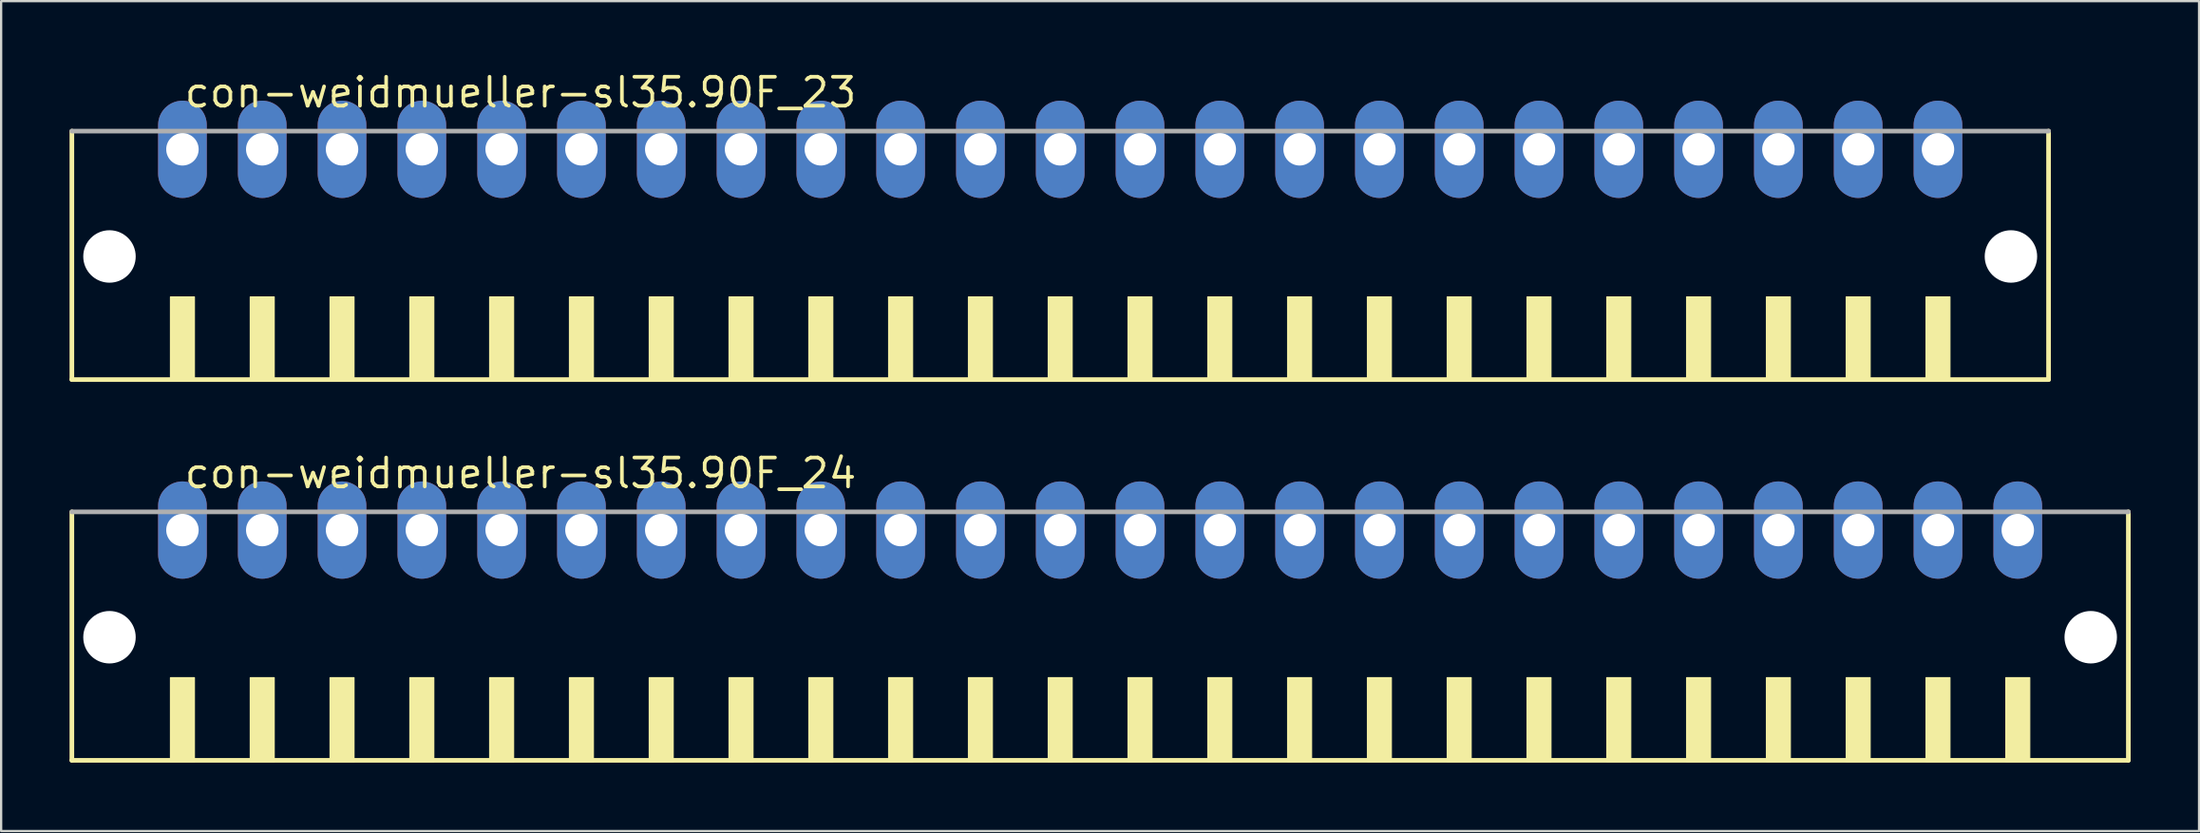
<source format=kicad_pcb>
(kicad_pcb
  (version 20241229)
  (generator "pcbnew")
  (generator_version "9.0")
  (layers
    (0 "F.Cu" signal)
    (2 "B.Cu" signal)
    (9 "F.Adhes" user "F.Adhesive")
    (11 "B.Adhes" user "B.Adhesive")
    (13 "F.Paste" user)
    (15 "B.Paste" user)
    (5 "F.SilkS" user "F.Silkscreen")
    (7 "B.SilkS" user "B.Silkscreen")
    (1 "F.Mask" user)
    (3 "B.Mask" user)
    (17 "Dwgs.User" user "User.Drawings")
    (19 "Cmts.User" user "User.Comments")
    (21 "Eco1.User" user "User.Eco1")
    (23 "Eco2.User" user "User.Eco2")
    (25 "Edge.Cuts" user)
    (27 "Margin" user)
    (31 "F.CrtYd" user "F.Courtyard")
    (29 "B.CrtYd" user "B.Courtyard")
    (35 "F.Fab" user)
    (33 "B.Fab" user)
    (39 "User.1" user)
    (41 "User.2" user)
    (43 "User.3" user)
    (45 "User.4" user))
  (footprint "con-weidmueller-sl35.90F_23"
    (layer "F.Cu")
    (at 43.452 8.75)
    (property "Reference" "con-weidmueller-sl35.90F_23" (at -38.5 -7 0) (layer "F.SilkS") (effects (font (size 1.27 1.27) (thickness 0.16)) (justify left bottom)))
    (attr through_hole)
    (fp_line (start -43.35 -6.05) (end -43.35 4.85) (stroke (width 0.203) (type default)) (layer "F.SilkS"))
    (fp_line (start -43.35 4.85) (end 43.35 4.85) (stroke (width 0.203) (type default)) (layer "F.SilkS"))
    (fp_line (start 43.35 4.85) (end 43.35 -6.05) (stroke (width 0.203) (type default)) (layer "F.SilkS"))
    (fp_rect (start -39.025 4.9) (end -37.975 1.225) (stroke (width 0.05) (type default)) (fill yes) (layer "F.SilkS"))
    (fp_rect (start -35.525 4.9) (end -34.475 1.225) (stroke (width 0.05) (type default)) (fill yes) (layer "F.SilkS"))
    (fp_rect (start -32.025 4.9) (end -30.975 1.225) (stroke (width 0.05) (type default)) (fill yes) (layer "F.SilkS"))
    (fp_rect (start -28.525 4.9) (end -27.475 1.225) (stroke (width 0.05) (type default)) (fill yes) (layer "F.SilkS"))
    (fp_rect (start -25.025 4.9) (end -23.975 1.225) (stroke (width 0.05) (type default)) (fill yes) (layer "F.SilkS"))
    (fp_rect (start -21.525 4.9) (end -20.475 1.225) (stroke (width 0.05) (type default)) (fill yes) (layer "F.SilkS"))
    (fp_rect (start -18.025 4.9) (end -16.975 1.225) (stroke (width 0.05) (type default)) (fill yes) (layer "F.SilkS"))
    (fp_rect (start -14.525 4.9) (end -13.475 1.225) (stroke (width 0.05) (type default)) (fill yes) (layer "F.SilkS"))
    (fp_rect (start -11.025 4.9) (end -9.975 1.225) (stroke (width 0.05) (type default)) (fill yes) (layer "F.SilkS"))
    (fp_rect (start -7.525 4.9) (end -6.475 1.225) (stroke (width 0.05) (type default)) (fill yes) (layer "F.SilkS"))
    (fp_rect (start -4.025 4.9) (end -2.975 1.225) (stroke (width 0.05) (type default)) (fill yes) (layer "F.SilkS"))
    (fp_rect (start -0.525 4.9) (end 0.525 1.225) (stroke (width 0.05) (type default)) (fill yes) (layer "F.SilkS"))
    (fp_rect (start 2.975 4.9) (end 4.025 1.225) (stroke (width 0.05) (type default)) (fill yes) (layer "F.SilkS"))
    (fp_rect (start 6.475 4.9) (end 7.525 1.225) (stroke (width 0.05) (type default)) (fill yes) (layer "F.SilkS"))
    (fp_rect (start 9.975 4.9) (end 11.025 1.225) (stroke (width 0.05) (type default)) (fill yes) (layer "F.SilkS"))
    (fp_rect (start 13.475 4.9) (end 14.525 1.225) (stroke (width 0.05) (type default)) (fill yes) (layer "F.SilkS"))
    (fp_rect (start 16.975 4.9) (end 18.025 1.225) (stroke (width 0.05) (type default)) (fill yes) (layer "F.SilkS"))
    (fp_rect (start 20.475 4.9) (end 21.525 1.225) (stroke (width 0.05) (type default)) (fill yes) (layer "F.SilkS"))
    (fp_rect (start 23.975 4.9) (end 25.025 1.225) (stroke (width 0.05) (type default)) (fill yes) (layer "F.SilkS"))
    (fp_rect (start 27.475 4.9) (end 28.525 1.225) (stroke (width 0.05) (type default)) (fill yes) (layer "F.SilkS"))
    (fp_rect (start 30.975 4.9) (end 32.025 1.225) (stroke (width 0.05) (type default)) (fill yes) (layer "F.SilkS"))
    (fp_rect (start 34.475 4.9) (end 35.525 1.225) (stroke (width 0.05) (type default)) (fill yes) (layer "F.SilkS"))
    (fp_rect (start 37.975 4.9) (end 39.025 1.225) (stroke (width 0.05) (type default)) (fill yes) (layer "F.SilkS"))
    (fp_line (start 43.35 -6.05) (end -43.35 -6.05) (stroke (width 0.203) (type default)) (layer "F.Fab"))
    (pad "" np_thru_hole circle (at -41.7 -0.55) (size 2.3 2.3) (drill 2.3) (layers "*.Cu" "*.Mask"))
    (pad "" np_thru_hole circle (at 41.7 -0.55) (size 2.3 2.3) (drill 2.3) (layers "*.Cu" "*.Mask"))
    (pad "1" thru_hole oval (at -38.5 -5.25 90) (size 4.267 2.134) (drill 1.422) (layers "*.Cu" "*.Mask"))
    (pad "2" thru_hole oval (at -35 -5.25 90) (size 4.267 2.134) (drill 1.422) (layers "*.Cu" "*.Mask"))
    (pad "3" thru_hole oval (at -31.5 -5.25 90) (size 4.267 2.134) (drill 1.422) (layers "*.Cu" "*.Mask"))
    (pad "4" thru_hole oval (at -28 -5.25 90) (size 4.267 2.134) (drill 1.422) (layers "*.Cu" "*.Mask"))
    (pad "5" thru_hole oval (at -24.5 -5.25 90) (size 4.267 2.134) (drill 1.422) (layers "*.Cu" "*.Mask"))
    (pad "6" thru_hole oval (at -21 -5.25 90) (size 4.267 2.134) (drill 1.422) (layers "*.Cu" "*.Mask"))
    (pad "7" thru_hole oval (at -17.5 -5.25 90) (size 4.267 2.134) (drill 1.422) (layers "*.Cu" "*.Mask"))
    (pad "8" thru_hole oval (at -14 -5.25 90) (size 4.267 2.134) (drill 1.422) (layers "*.Cu" "*.Mask"))
    (pad "9" thru_hole oval (at -10.5 -5.25 90) (size 4.267 2.134) (drill 1.422) (layers "*.Cu" "*.Mask"))
    (pad "10" thru_hole oval (at -7 -5.25 90) (size 4.267 2.134) (drill 1.422) (layers "*.Cu" "*.Mask"))
    (pad "11" thru_hole oval (at -3.5 -5.25 90) (size 4.267 2.134) (drill 1.422) (layers "*.Cu" "*.Mask"))
    (pad "12" thru_hole oval (at 0 -5.25 90) (size 4.267 2.134) (drill 1.422) (layers "*.Cu" "*.Mask"))
    (pad "13" thru_hole oval (at 3.5 -5.25 90) (size 4.267 2.134) (drill 1.422) (layers "*.Cu" "*.Mask"))
    (pad "14" thru_hole oval (at 7 -5.25 90) (size 4.267 2.134) (drill 1.422) (layers "*.Cu" "*.Mask"))
    (pad "15" thru_hole oval (at 10.5 -5.25 90) (size 4.267 2.134) (drill 1.422) (layers "*.Cu" "*.Mask"))
    (pad "16" thru_hole oval (at 14 -5.25 90) (size 4.267 2.134) (drill 1.422) (layers "*.Cu" "*.Mask"))
    (pad "17" thru_hole oval (at 17.5 -5.25 90) (size 4.267 2.134) (drill 1.422) (layers "*.Cu" "*.Mask"))
    (pad "18" thru_hole oval (at 21 -5.25 90) (size 4.267 2.134) (drill 1.422) (layers "*.Cu" "*.Mask"))
    (pad "19" thru_hole oval (at 24.5 -5.25 90) (size 4.267 2.134) (drill 1.422) (layers "*.Cu" "*.Mask"))
    (pad "20" thru_hole oval (at 28 -5.25 90) (size 4.267 2.134) (drill 1.422) (layers "*.Cu" "*.Mask"))
    (pad "21" thru_hole oval (at 31.5 -5.25 90) (size 4.267 2.134) (drill 1.422) (layers "*.Cu" "*.Mask"))
    (pad "22" thru_hole oval (at 35 -5.25 90) (size 4.267 2.134) (drill 1.422) (layers "*.Cu" "*.Mask"))
    (pad "23" thru_hole oval (at 38.5 -5.25 90) (size 4.267 2.134) (drill 1.422) (layers "*.Cu" "*.Mask")))
  (footprint "con-weidmueller-sl35.90F_24"
    (layer "F.Cu")
    (at 45.202 25.452)
    (property "Reference" "con-weidmueller-sl35.90F_24" (at -40.25 -7 0) (layer "F.SilkS") (effects (font (size 1.27 1.27) (thickness 0.16)) (justify left bottom)))
    (attr through_hole)
    (fp_line (start -45.1 -6.05) (end -45.1 4.85) (stroke (width 0.203) (type default)) (layer "F.SilkS"))
    (fp_line (start -45.1 4.85) (end 45.1 4.85) (stroke (width 0.203) (type default)) (layer "F.SilkS"))
    (fp_line (start 45.1 4.85) (end 45.1 -6.05) (stroke (width 0.203) (type default)) (layer "F.SilkS"))
    (fp_rect (start -40.775 4.9) (end -39.725 1.225) (stroke (width 0.05) (type default)) (fill yes) (layer "F.SilkS"))
    (fp_rect (start -37.275 4.9) (end -36.225 1.225) (stroke (width 0.05) (type default)) (fill yes) (layer "F.SilkS"))
    (fp_rect (start -33.775 4.9) (end -32.725 1.225) (stroke (width 0.05) (type default)) (fill yes) (layer "F.SilkS"))
    (fp_rect (start -30.275 4.9) (end -29.225 1.225) (stroke (width 0.05) (type default)) (fill yes) (layer "F.SilkS"))
    (fp_rect (start -26.775 4.9) (end -25.725 1.225) (stroke (width 0.05) (type default)) (fill yes) (layer "F.SilkS"))
    (fp_rect (start -23.275 4.9) (end -22.225 1.225) (stroke (width 0.05) (type default)) (fill yes) (layer "F.SilkS"))
    (fp_rect (start -19.775 4.9) (end -18.725 1.225) (stroke (width 0.05) (type default)) (fill yes) (layer "F.SilkS"))
    (fp_rect (start -16.275 4.9) (end -15.225 1.225) (stroke (width 0.05) (type default)) (fill yes) (layer "F.SilkS"))
    (fp_rect (start -12.775 4.9) (end -11.725 1.225) (stroke (width 0.05) (type default)) (fill yes) (layer "F.SilkS"))
    (fp_rect (start -9.275 4.9) (end -8.225 1.225) (stroke (width 0.05) (type default)) (fill yes) (layer "F.SilkS"))
    (fp_rect (start -5.775 4.9) (end -4.725 1.225) (stroke (width 0.05) (type default)) (fill yes) (layer "F.SilkS"))
    (fp_rect (start -2.275 4.9) (end -1.225 1.225) (stroke (width 0.05) (type default)) (fill yes) (layer "F.SilkS"))
    (fp_rect (start 1.225 4.9) (end 2.275 1.225) (stroke (width 0.05) (type default)) (fill yes) (layer "F.SilkS"))
    (fp_rect (start 4.725 4.9) (end 5.775 1.225) (stroke (width 0.05) (type default)) (fill yes) (layer "F.SilkS"))
    (fp_rect (start 8.225 4.9) (end 9.275 1.225) (stroke (width 0.05) (type default)) (fill yes) (layer "F.SilkS"))
    (fp_rect (start 11.725 4.9) (end 12.775 1.225) (stroke (width 0.05) (type default)) (fill yes) (layer "F.SilkS"))
    (fp_rect (start 15.225 4.9) (end 16.275 1.225) (stroke (width 0.05) (type default)) (fill yes) (layer "F.SilkS"))
    (fp_rect (start 18.725 4.9) (end 19.775 1.225) (stroke (width 0.05) (type default)) (fill yes) (layer "F.SilkS"))
    (fp_rect (start 22.225 4.9) (end 23.275 1.225) (stroke (width 0.05) (type default)) (fill yes) (layer "F.SilkS"))
    (fp_rect (start 25.725 4.9) (end 26.775 1.225) (stroke (width 0.05) (type default)) (fill yes) (layer "F.SilkS"))
    (fp_rect (start 29.225 4.9) (end 30.275 1.225) (stroke (width 0.05) (type default)) (fill yes) (layer "F.SilkS"))
    (fp_rect (start 32.725 4.9) (end 33.775 1.225) (stroke (width 0.05) (type default)) (fill yes) (layer "F.SilkS"))
    (fp_rect (start 36.225 4.9) (end 37.275 1.225) (stroke (width 0.05) (type default)) (fill yes) (layer "F.SilkS"))
    (fp_rect (start 39.725 4.9) (end 40.775 1.225) (stroke (width 0.05) (type default)) (fill yes) (layer "F.SilkS"))
    (fp_line (start 45.1 -6.05) (end -45.1 -6.05) (stroke (width 0.203) (type default)) (layer "F.Fab"))
    (pad "" np_thru_hole circle (at -43.45 -0.55) (size 2.3 2.3) (drill 2.3) (layers "*.Cu" "*.Mask"))
    (pad "" np_thru_hole circle (at 43.45 -0.55) (size 2.3 2.3) (drill 2.3) (layers "*.Cu" "*.Mask"))
    (pad "1" thru_hole oval (at -40.25 -5.25 90) (size 4.267 2.134) (drill 1.422) (layers "*.Cu" "*.Mask"))
    (pad "2" thru_hole oval (at -36.75 -5.25 90) (size 4.267 2.134) (drill 1.422) (layers "*.Cu" "*.Mask"))
    (pad "3" thru_hole oval (at -33.25 -5.25 90) (size 4.267 2.134) (drill 1.422) (layers "*.Cu" "*.Mask"))
    (pad "4" thru_hole oval (at -29.75 -5.25 90) (size 4.267 2.134) (drill 1.422) (layers "*.Cu" "*.Mask"))
    (pad "5" thru_hole oval (at -26.25 -5.25 90) (size 4.267 2.134) (drill 1.422) (layers "*.Cu" "*.Mask"))
    (pad "6" thru_hole oval (at -22.75 -5.25 90) (size 4.267 2.134) (drill 1.422) (layers "*.Cu" "*.Mask"))
    (pad "7" thru_hole oval (at -19.25 -5.25 90) (size 4.267 2.134) (drill 1.422) (layers "*.Cu" "*.Mask"))
    (pad "8" thru_hole oval (at -15.75 -5.25 90) (size 4.267 2.134) (drill 1.422) (layers "*.Cu" "*.Mask"))
    (pad "9" thru_hole oval (at -12.25 -5.25 90) (size 4.267 2.134) (drill 1.422) (layers "*.Cu" "*.Mask"))
    (pad "10" thru_hole oval (at -8.75 -5.25 90) (size 4.267 2.134) (drill 1.422) (layers "*.Cu" "*.Mask"))
    (pad "11" thru_hole oval (at -5.25 -5.25 90) (size 4.267 2.134) (drill 1.422) (layers "*.Cu" "*.Mask"))
    (pad "12" thru_hole oval (at -1.75 -5.25 90) (size 4.267 2.134) (drill 1.422) (layers "*.Cu" "*.Mask"))
    (pad "13" thru_hole oval (at 1.75 -5.25 90) (size 4.267 2.134) (drill 1.422) (layers "*.Cu" "*.Mask"))
    (pad "14" thru_hole oval (at 5.25 -5.25 90) (size 4.267 2.134) (drill 1.422) (layers "*.Cu" "*.Mask"))
    (pad "15" thru_hole oval (at 8.75 -5.25 90) (size 4.267 2.134) (drill 1.422) (layers "*.Cu" "*.Mask"))
    (pad "16" thru_hole oval (at 12.25 -5.25 90) (size 4.267 2.134) (drill 1.422) (layers "*.Cu" "*.Mask"))
    (pad "17" thru_hole oval (at 15.75 -5.25 90) (size 4.267 2.134) (drill 1.422) (layers "*.Cu" "*.Mask"))
    (pad "18" thru_hole oval (at 19.25 -5.25 90) (size 4.267 2.134) (drill 1.422) (layers "*.Cu" "*.Mask"))
    (pad "19" thru_hole oval (at 22.75 -5.25 90) (size 4.267 2.134) (drill 1.422) (layers "*.Cu" "*.Mask"))
    (pad "20" thru_hole oval (at 26.25 -5.25 90) (size 4.267 2.134) (drill 1.422) (layers "*.Cu" "*.Mask"))
    (pad "21" thru_hole oval (at 29.75 -5.25 90) (size 4.267 2.134) (drill 1.422) (layers "*.Cu" "*.Mask"))
    (pad "22" thru_hole oval (at 33.25 -5.25 90) (size 4.267 2.134) (drill 1.422) (layers "*.Cu" "*.Mask"))
    (pad "23" thru_hole oval (at 36.75 -5.25 90) (size 4.267 2.134) (drill 1.422) (layers "*.Cu" "*.Mask"))
    (pad "24" thru_hole oval (at 40.25 -5.25 90) (size 4.267 2.134) (drill 1.422) (layers "*.Cu" "*.Mask")))
  (gr_rect
    (start -3 -3)
    (end 93.403 33.403)
    (stroke (width 0.1) (type default))
    (fill no)
    (layer "Edge.Cuts")))
</source>
